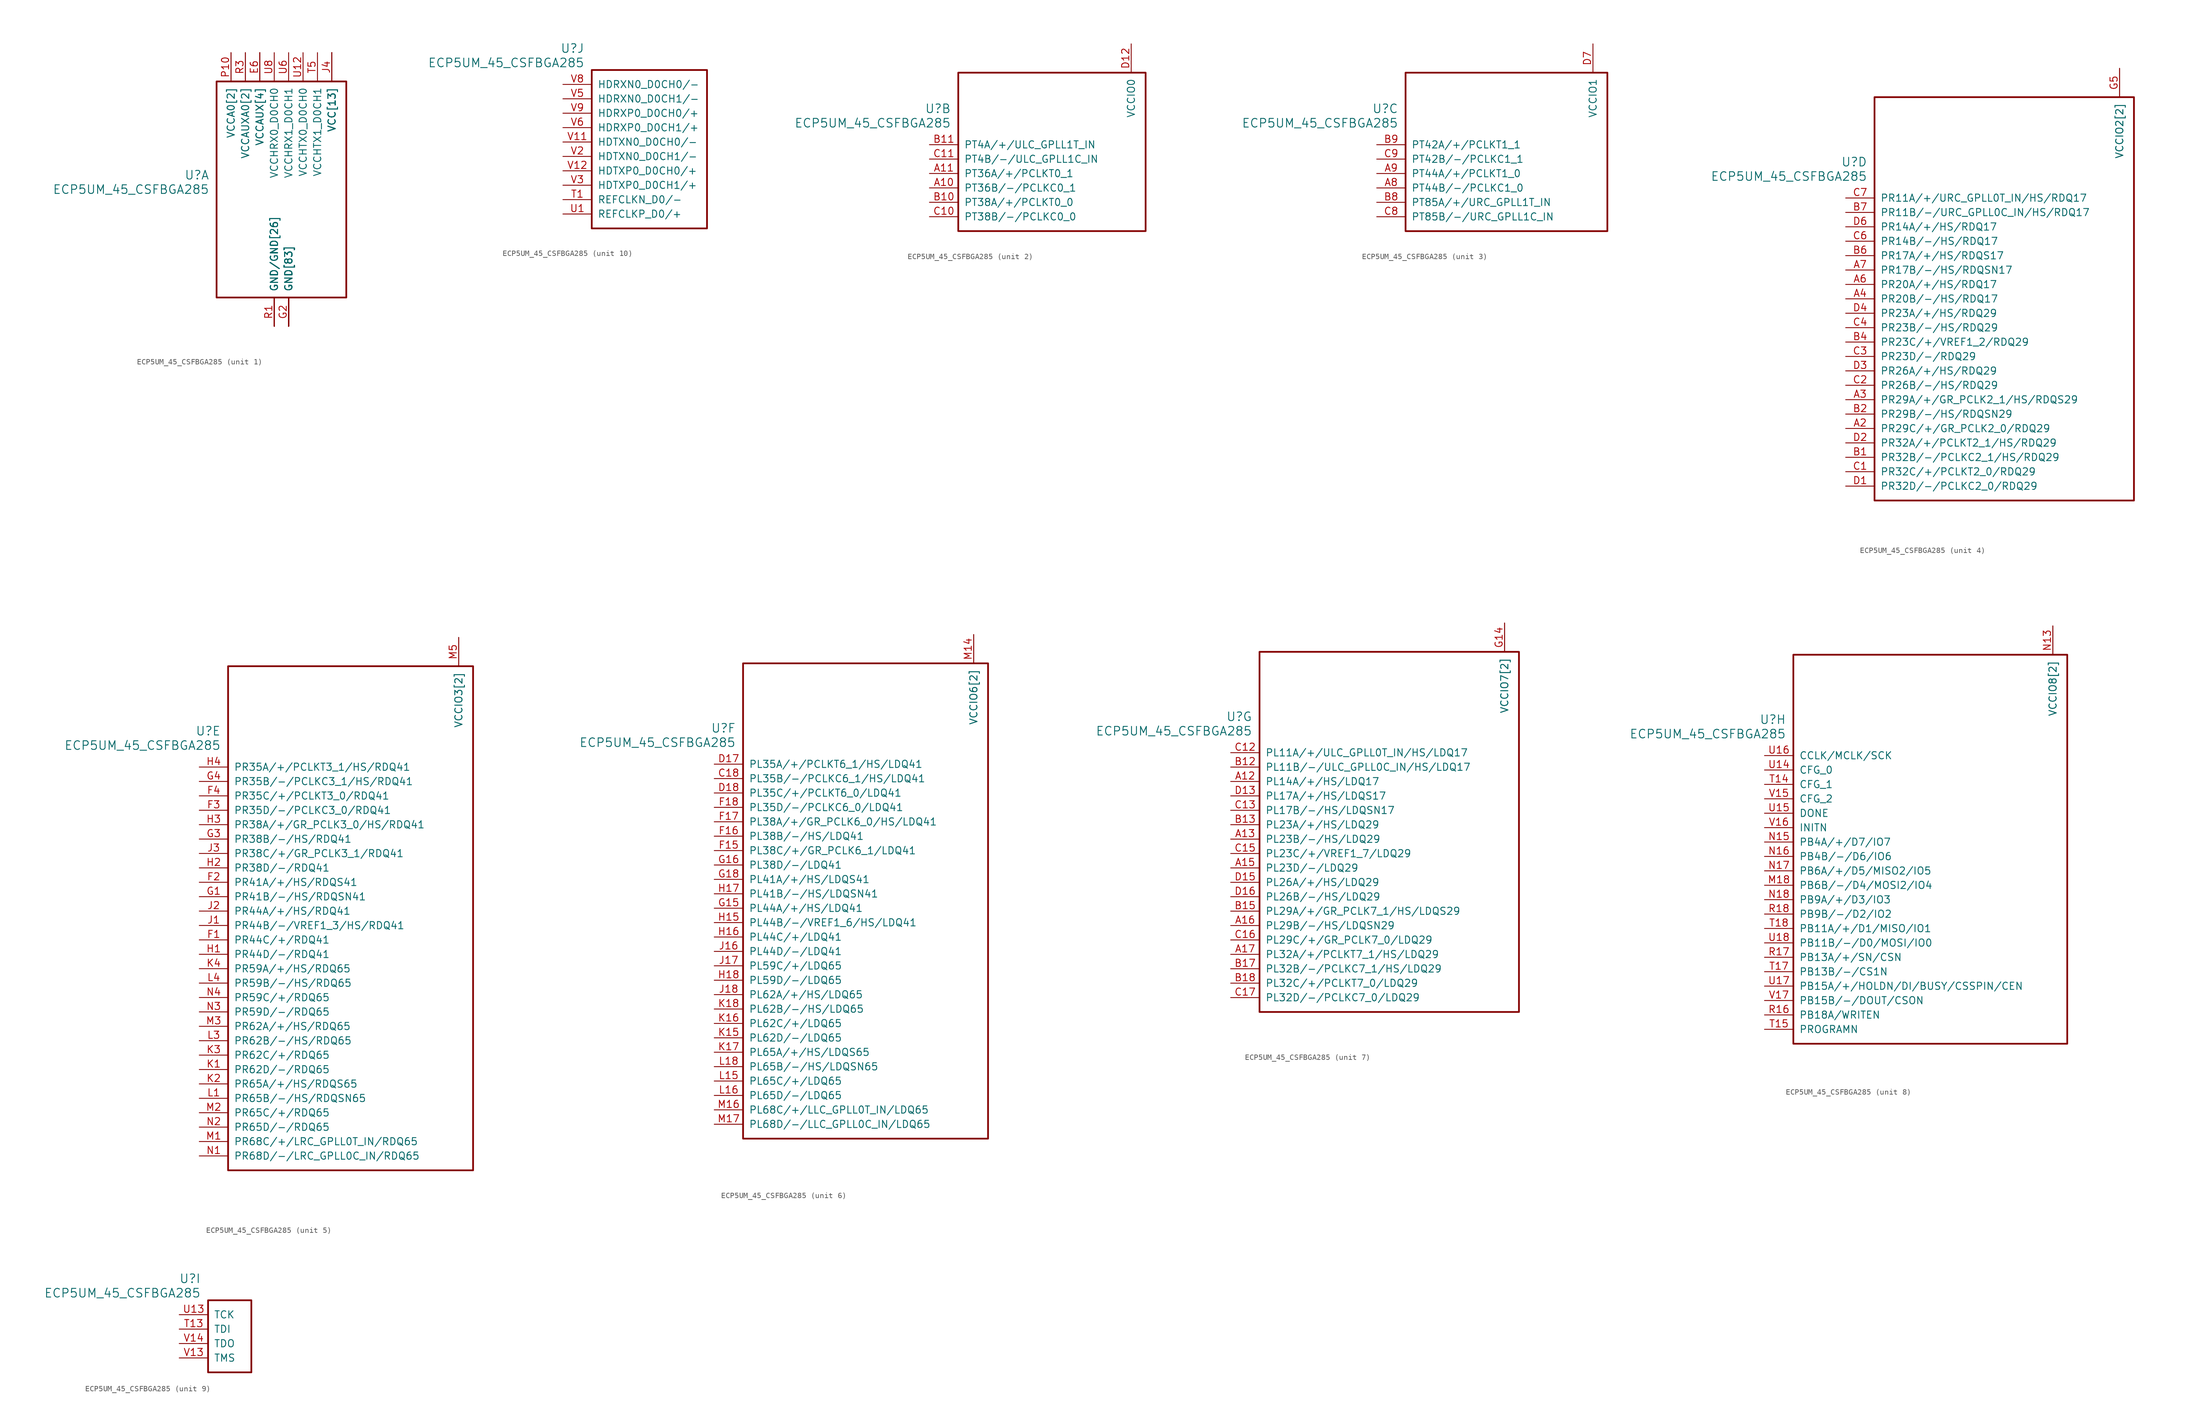
<source format=kicad_sym>
(kicad_symbol_lib
  (version 20211014)
  (generator kicad_symbol_editor)
  (symbol "ECP5UM_45_CSFBGA285"
    (pin_names
      (offset 1.016))
    (property "Reference" "U"
      (at 3.81 6.35 0)
      (effects (font (size 1.524 1.524)) (justify right)))
    (property "Value" "ECP5UM_45_CSFBGA285"
      (at 3.81 3.81 0)
      (effects (font (size 1.524 1.524)) (justify right)))
    (property "ki_locked" ""
      (at 0 0 0)
      (effects (font (size 1.27 1.27))))
    (symbol "ECP5UM_45_CSFBGA285_1_1"
      (rectangle (start 5.08 22.86) (end 27.94 -15.24) (stroke (width 0.305) (type default) (color 0 0 0 0)) (fill (type none)))
      (pin power_in line (at 17.78 -20.32 90) (length 5.08) (name "GND[83]" (effects (font (size 1.27 1.27)))) (number "B16" (effects (font (size 0 0)))))
      (pin power_in line (at 17.78 -20.32 90) (length 5.08) (name "GND[83]" (effects (font (size 1.27 1.27)))) (number "B3" (effects (font (size 0 0)))))
      (pin power_in line (at 25.4 27.94 270) (length 5.08) (name "VCC[13]" (effects (font (size 1.27 1.27)))) (number "D10" (effects (font (size 0 0)))))
      (pin power_in line (at 25.4 27.94 270) (length 5.08) (name "VCC[13]" (effects (font (size 1.27 1.27)))) (number "D11" (effects (font (size 0 0)))))
      (pin power_in line (at 25.4 27.94 270) (length 5.08) (name "VCC[13]" (effects (font (size 1.27 1.27)))) (number "D8" (effects (font (size 0 0)))))
      (pin power_in line (at 25.4 27.94 270) (length 5.08) (name "VCC[13]" (effects (font (size 1.27 1.27)))) (number "D9" (effects (font (size 0 0)))))
      (pin power_in line (at 17.78 -20.32 90) (length 5.08) (name "GND[83]" (effects (font (size 1.27 1.27)))) (number "E10" (effects (font (size 0 0)))))
      (pin power_in line (at 17.78 -20.32 90) (length 5.08) (name "GND[83]" (effects (font (size 1.27 1.27)))) (number "E11" (effects (font (size 0 0)))))
      (pin power_in line (at 17.78 -20.32 90) (length 5.08) (name "GND[83]" (effects (font (size 1.27 1.27)))) (number "E12" (effects (font (size 0 0)))))
      (pin power_in line (at 12.7 27.94 270) (length 5.08) (name "VCCAUX[4]" (effects (font (size 1.27 1.27)))) (number "E13" (effects (font (size 0 0)))))
      (pin power_in line (at 17.78 -20.32 90) (length 5.08) (name "GND[83]" (effects (font (size 1.27 1.27)))) (number "E14" (effects (font (size 0 0)))))
      (pin power_in line (at 17.78 -20.32 90) (length 5.08) (name "GND[83]" (effects (font (size 1.27 1.27)))) (number "E5" (effects (font (size 0 0)))))
      (pin power_in line (at 12.7 27.94 270) (length 5.08) (name "VCCAUX[4]" (effects (font (size 1.27 1.27)))) (number "E6" (effects (font (size 1.27 1.27)))))
      (pin power_in line (at 17.78 -20.32 90) (length 5.08) (name "GND[83]" (effects (font (size 1.27 1.27)))) (number "E7" (effects (font (size 0 0)))))
      (pin power_in line (at 17.78 -20.32 90) (length 5.08) (name "GND[83]" (effects (font (size 1.27 1.27)))) (number "E8" (effects (font (size 0 0)))))
      (pin power_in line (at 17.78 -20.32 90) (length 5.08) (name "GND[83]" (effects (font (size 1.27 1.27)))) (number "E9" (effects (font (size 0 0)))))
      (pin power_in line (at 17.78 -20.32 90) (length 5.08) (name "GND[83]" (effects (font (size 1.27 1.27)))) (number "F10" (effects (font (size 0 0)))))
      (pin power_in line (at 17.78 -20.32 90) (length 5.08) (name "GND[83]" (effects (font (size 1.27 1.27)))) (number "F11" (effects (font (size 0 0)))))
      (pin power_in line (at 17.78 -20.32 90) (length 5.08) (name "GND[83]" (effects (font (size 1.27 1.27)))) (number "F12" (effects (font (size 0 0)))))
      (pin power_in line (at 17.78 -20.32 90) (length 5.08) (name "GND[83]" (effects (font (size 1.27 1.27)))) (number "F13" (effects (font (size 0 0)))))
      (pin power_in line (at 17.78 -20.32 90) (length 5.08) (name "GND[83]" (effects (font (size 1.27 1.27)))) (number "F14" (effects (font (size 0 0)))))
      (pin power_in line (at 17.78 -20.32 90) (length 5.08) (name "GND[83]" (effects (font (size 1.27 1.27)))) (number "F5" (effects (font (size 0 0)))))
      (pin power_in line (at 17.78 -20.32 90) (length 5.08) (name "GND[83]" (effects (font (size 1.27 1.27)))) (number "F6" (effects (font (size 0 0)))))
      (pin power_in line (at 17.78 -20.32 90) (length 5.08) (name "GND[83]" (effects (font (size 1.27 1.27)))) (number "F7" (effects (font (size 0 0)))))
      (pin power_in line (at 17.78 -20.32 90) (length 5.08) (name "GND[83]" (effects (font (size 1.27 1.27)))) (number "F8" (effects (font (size 0 0)))))
      (pin power_in line (at 17.78 -20.32 90) (length 5.08) (name "GND[83]" (effects (font (size 1.27 1.27)))) (number "F9" (effects (font (size 0 0)))))
      (pin power_in line (at 17.78 -20.32 90) (length 5.08) (name "GND[83]" (effects (font (size 1.27 1.27)))) (number "G10" (effects (font (size 0 0)))))
      (pin power_in line (at 17.78 -20.32 90) (length 5.08) (name "GND[83]" (effects (font (size 1.27 1.27)))) (number "G11" (effects (font (size 0 0)))))
      (pin power_in line (at 17.78 -20.32 90) (length 5.08) (name "GND[83]" (effects (font (size 1.27 1.27)))) (number "G12" (effects (font (size 0 0)))))
      (pin power_in line (at 17.78 -20.32 90) (length 5.08) (name "GND[83]" (effects (font (size 1.27 1.27)))) (number "G13" (effects (font (size 0 0)))))
      (pin power_in line (at 17.78 -20.32 90) (length 5.08) (name "GND[83]" (effects (font (size 1.27 1.27)))) (number "G17" (effects (font (size 0 0)))))
      (pin power_in line (at 17.78 -20.32 90) (length 5.08) (name "GND[83]" (effects (font (size 1.27 1.27)))) (number "G2" (effects (font (size 1.27 1.27)))))
      (pin power_in line (at 17.78 -20.32 90) (length 5.08) (name "GND[83]" (effects (font (size 1.27 1.27)))) (number "G6" (effects (font (size 0 0)))))
      (pin power_in line (at 17.78 -20.32 90) (length 5.08) (name "GND[83]" (effects (font (size 1.27 1.27)))) (number "G7" (effects (font (size 0 0)))))
      (pin power_in line (at 17.78 -20.32 90) (length 5.08) (name "GND[83]" (effects (font (size 1.27 1.27)))) (number "G8" (effects (font (size 0 0)))))
      (pin power_in line (at 17.78 -20.32 90) (length 5.08) (name "GND[83]" (effects (font (size 1.27 1.27)))) (number "G9" (effects (font (size 0 0)))))
      (pin power_in line (at 17.78 -20.32 90) (length 5.08) (name "GND[83]" (effects (font (size 1.27 1.27)))) (number "H10" (effects (font (size 0 0)))))
      (pin power_in line (at 17.78 -20.32 90) (length 5.08) (name "GND[83]" (effects (font (size 1.27 1.27)))) (number "H11" (effects (font (size 0 0)))))
      (pin power_in line (at 17.78 -20.32 90) (length 5.08) (name "GND[83]" (effects (font (size 1.27 1.27)))) (number "H12" (effects (font (size 0 0)))))
      (pin power_in line (at 17.78 -20.32 90) (length 5.08) (name "GND[83]" (effects (font (size 1.27 1.27)))) (number "H13" (effects (font (size 0 0)))))
      (pin power_in line (at 17.78 -20.32 90) (length 5.08) (name "GND[83]" (effects (font (size 1.27 1.27)))) (number "H6" (effects (font (size 0 0)))))
      (pin power_in line (at 17.78 -20.32 90) (length 5.08) (name "GND[83]" (effects (font (size 1.27 1.27)))) (number "H7" (effects (font (size 0 0)))))
      (pin power_in line (at 17.78 -20.32 90) (length 5.08) (name "GND[83]" (effects (font (size 1.27 1.27)))) (number "H8" (effects (font (size 0 0)))))
      (pin power_in line (at 17.78 -20.32 90) (length 5.08) (name "GND[83]" (effects (font (size 1.27 1.27)))) (number "H9" (effects (font (size 0 0)))))
      (pin power_in line (at 17.78 -20.32 90) (length 5.08) (name "GND[83]" (effects (font (size 1.27 1.27)))) (number "J10" (effects (font (size 0 0)))))
      (pin power_in line (at 17.78 -20.32 90) (length 5.08) (name "GND[83]" (effects (font (size 1.27 1.27)))) (number "J11" (effects (font (size 0 0)))))
      (pin power_in line (at 17.78 -20.32 90) (length 5.08) (name "GND[83]" (effects (font (size 1.27 1.27)))) (number "J12" (effects (font (size 0 0)))))
      (pin power_in line (at 17.78 -20.32 90) (length 5.08) (name "GND[83]" (effects (font (size 1.27 1.27)))) (number "J13" (effects (font (size 0 0)))))
      (pin power_in line (at 25.4 27.94 270) (length 5.08) (name "VCC[13]" (effects (font (size 1.27 1.27)))) (number "J14" (effects (font (size 0 0)))))
      (pin power_in line (at 25.4 27.94 270) (length 5.08) (name "VCC[13]" (effects (font (size 1.27 1.27)))) (number "J15" (effects (font (size 0 0)))))
      (pin power_in line (at 25.4 27.94 270) (length 5.08) (name "VCC[13]" (effects (font (size 1.27 1.27)))) (number "J4" (effects (font (size 1.27 1.27)))))
      (pin power_in line (at 25.4 27.94 270) (length 5.08) (name "VCC[13]" (effects (font (size 1.27 1.27)))) (number "J5" (effects (font (size 0 0)))))
      (pin power_in line (at 17.78 -20.32 90) (length 5.08) (name "GND[83]" (effects (font (size 1.27 1.27)))) (number "J6" (effects (font (size 0 0)))))
      (pin power_in line (at 17.78 -20.32 90) (length 5.08) (name "GND[83]" (effects (font (size 1.27 1.27)))) (number "J7" (effects (font (size 0 0)))))
      (pin power_in line (at 17.78 -20.32 90) (length 5.08) (name "GND[83]" (effects (font (size 1.27 1.27)))) (number "J8" (effects (font (size 0 0)))))
      (pin power_in line (at 17.78 -20.32 90) (length 5.08) (name "GND[83]" (effects (font (size 1.27 1.27)))) (number "J9" (effects (font (size 0 0)))))
      (pin power_in line (at 17.78 -20.32 90) (length 5.08) (name "GND[83]" (effects (font (size 1.27 1.27)))) (number "K10" (effects (font (size 0 0)))))
      (pin power_in line (at 17.78 -20.32 90) (length 5.08) (name "GND[83]" (effects (font (size 1.27 1.27)))) (number "K11" (effects (font (size 0 0)))))
      (pin power_in line (at 17.78 -20.32 90) (length 5.08) (name "GND[83]" (effects (font (size 1.27 1.27)))) (number "K12" (effects (font (size 0 0)))))
      (pin power_in line (at 17.78 -20.32 90) (length 5.08) (name "GND[83]" (effects (font (size 1.27 1.27)))) (number "K13" (effects (font (size 0 0)))))
      (pin power_in line (at 17.78 -20.32 90) (length 5.08) (name "GND[83]" (effects (font (size 1.27 1.27)))) (number "K14" (effects (font (size 0 0)))))
      (pin power_in line (at 17.78 -20.32 90) (length 5.08) (name "GND[83]" (effects (font (size 1.27 1.27)))) (number "K5" (effects (font (size 0 0)))))
      (pin power_in line (at 17.78 -20.32 90) (length 5.08) (name "GND[83]" (effects (font (size 1.27 1.27)))) (number "K6" (effects (font (size 0 0)))))
      (pin power_in line (at 17.78 -20.32 90) (length 5.08) (name "GND[83]" (effects (font (size 1.27 1.27)))) (number "K7" (effects (font (size 0 0)))))
      (pin power_in line (at 17.78 -20.32 90) (length 5.08) (name "GND[83]" (effects (font (size 1.27 1.27)))) (number "K8" (effects (font (size 0 0)))))
      (pin power_in line (at 17.78 -20.32 90) (length 5.08) (name "GND[83]" (effects (font (size 1.27 1.27)))) (number "K9" (effects (font (size 0 0)))))
      (pin power_in line (at 17.78 -20.32 90) (length 5.08) (name "GND[83]" (effects (font (size 1.27 1.27)))) (number "L10" (effects (font (size 0 0)))))
      (pin power_in line (at 17.78 -20.32 90) (length 5.08) (name "GND[83]" (effects (font (size 1.27 1.27)))) (number "L11" (effects (font (size 0 0)))))
      (pin power_in line (at 17.78 -20.32 90) (length 5.08) (name "GND[83]" (effects (font (size 1.27 1.27)))) (number "L12" (effects (font (size 0 0)))))
      (pin power_in line (at 17.78 -20.32 90) (length 5.08) (name "GND[83]" (effects (font (size 1.27 1.27)))) (number "L13" (effects (font (size 0 0)))))
      (pin power_in line (at 17.78 -20.32 90) (length 5.08) (name "GND[83]" (effects (font (size 1.27 1.27)))) (number "L14" (effects (font (size 0 0)))))
      (pin power_in line (at 17.78 -20.32 90) (length 5.08) (name "GND[83]" (effects (font (size 1.27 1.27)))) (number "L17" (effects (font (size 0 0)))))
      (pin power_in line (at 17.78 -20.32 90) (length 5.08) (name "GND[83]" (effects (font (size 1.27 1.27)))) (number "L2" (effects (font (size 0 0)))))
      (pin power_in line (at 17.78 -20.32 90) (length 5.08) (name "GND[83]" (effects (font (size 1.27 1.27)))) (number "L5" (effects (font (size 0 0)))))
      (pin power_in line (at 17.78 -20.32 90) (length 5.08) (name "GND[83]" (effects (font (size 1.27 1.27)))) (number "L6" (effects (font (size 0 0)))))
      (pin power_in line (at 17.78 -20.32 90) (length 5.08) (name "GND[83]" (effects (font (size 1.27 1.27)))) (number "L7" (effects (font (size 0 0)))))
      (pin power_in line (at 17.78 -20.32 90) (length 5.08) (name "GND[83]" (effects (font (size 1.27 1.27)))) (number "L8" (effects (font (size 0 0)))))
      (pin power_in line (at 17.78 -20.32 90) (length 5.08) (name "GND[83]" (effects (font (size 1.27 1.27)))) (number "L9" (effects (font (size 0 0)))))
      (pin power_in line (at 17.78 -20.32 90) (length 5.08) (name "GND[83]" (effects (font (size 1.27 1.27)))) (number "M10" (effects (font (size 0 0)))))
      (pin power_in line (at 17.78 -20.32 90) (length 5.08) (name "GND[83]" (effects (font (size 1.27 1.27)))) (number "M11" (effects (font (size 0 0)))))
      (pin power_in line (at 17.78 -20.32 90) (length 5.08) (name "GND[83]" (effects (font (size 1.27 1.27)))) (number "M12" (effects (font (size 0 0)))))
      (pin power_in line (at 17.78 -20.32 90) (length 5.08) (name "GND[83]" (effects (font (size 1.27 1.27)))) (number "M13" (effects (font (size 0 0)))))
      (pin power_in line (at 25.4 27.94 270) (length 5.08) (name "VCC[13]" (effects (font (size 1.27 1.27)))) (number "M15" (effects (font (size 0 0)))))
      (pin power_in line (at 25.4 27.94 270) (length 5.08) (name "VCC[13]" (effects (font (size 1.27 1.27)))) (number "M4" (effects (font (size 0 0)))))
      (pin power_in line (at 17.78 -20.32 90) (length 5.08) (name "GND[83]" (effects (font (size 1.27 1.27)))) (number "M6" (effects (font (size 0 0)))))
      (pin power_in line (at 17.78 -20.32 90) (length 5.08) (name "GND[83]" (effects (font (size 1.27 1.27)))) (number "M7" (effects (font (size 0 0)))))
      (pin power_in line (at 17.78 -20.32 90) (length 5.08) (name "GND[83]" (effects (font (size 1.27 1.27)))) (number "M8" (effects (font (size 0 0)))))
      (pin power_in line (at 17.78 -20.32 90) (length 5.08) (name "GND[83]" (effects (font (size 1.27 1.27)))) (number "M9" (effects (font (size 0 0)))))
      (pin power_in line (at 17.78 -20.32 90) (length 5.08) (name "GND[83]" (effects (font (size 1.27 1.27)))) (number "N10" (effects (font (size 0 0)))))
      (pin power_in line (at 17.78 -20.32 90) (length 5.08) (name "GND[83]" (effects (font (size 1.27 1.27)))) (number "N11" (effects (font (size 0 0)))))
      (pin power_in line (at 17.78 -20.32 90) (length 5.08) (name "GND[83]" (effects (font (size 1.27 1.27)))) (number "N12" (effects (font (size 0 0)))))
      (pin power_in line (at 12.7 27.94 270) (length 5.08) (name "VCCAUX[4]" (effects (font (size 1.27 1.27)))) (number "N6" (effects (font (size 0 0)))))
      (pin power_in line (at 17.78 -20.32 90) (length 5.08) (name "GND[83]" (effects (font (size 1.27 1.27)))) (number "N7" (effects (font (size 0 0)))))
      (pin power_in line (at 17.78 -20.32 90) (length 5.08) (name "GND[83]" (effects (font (size 1.27 1.27)))) (number "N8" (effects (font (size 0 0)))))
      (pin power_in line (at 17.78 -20.32 90) (length 5.08) (name "GND[83]" (effects (font (size 1.27 1.27)))) (number "N9" (effects (font (size 0 0)))))
      (pin power_in line (at 7.62 27.94 270) (length 5.08) (name "VCCA0[2]" (effects (font (size 1.27 1.27)))) (number "P10" (effects (font (size 1.27 1.27)))))
      (pin power_in line (at 25.4 27.94 270) (length 5.08) (name "VCC[13]" (effects (font (size 1.27 1.27)))) (number "P11" (effects (font (size 0 0)))))
      (pin power_in line (at 15.24 -20.32 90) (length 5.08) (name "GND/GND[26]" (effects (font (size 1.27 1.27)))) (number "P12" (effects (font (size 0 0)))))
      (pin power_in line (at 12.7 27.94 270) (length 5.08) (name "VCCAUX[4]" (effects (font (size 1.27 1.27)))) (number "P13" (effects (font (size 0 0)))))
      (pin power_in line (at 10.16 27.94 270) (length 5.08) (name "VCCAUXA0[2]" (effects (font (size 1.27 1.27)))) (number "P5" (effects (font (size 0 0)))))
      (pin power_in line (at 15.24 -20.32 90) (length 5.08) (name "GND/GND[26]" (effects (font (size 1.27 1.27)))) (number "P6" (effects (font (size 0 0)))))
      (pin power_in line (at 25.4 27.94 270) (length 5.08) (name "VCC[13]" (effects (font (size 1.27 1.27)))) (number "P7" (effects (font (size 0 0)))))
      (pin power_in line (at 15.24 -20.32 90) (length 5.08) (name "GND/GND[26]" (effects (font (size 1.27 1.27)))) (number "P8" (effects (font (size 0 0)))))
      (pin power_in line (at 25.4 27.94 270) (length 5.08) (name "VCC[13]" (effects (font (size 1.27 1.27)))) (number "P9" (effects (font (size 0 0)))))
      (pin power_in line (at 15.24 -20.32 90) (length 5.08) (name "GND/GND[26]" (effects (font (size 1.27 1.27)))) (number "R1" (effects (font (size 1.27 1.27)))))
      (pin power_in line (at 7.62 27.94 270) (length 5.08) (name "VCCA0[2]" (effects (font (size 1.27 1.27)))) (number "R10" (effects (font (size 0 0)))))
      (pin power_in line (at 15.24 -20.32 90) (length 5.08) (name "GND/GND[26]" (effects (font (size 1.27 1.27)))) (number "R2" (effects (font (size 0 0)))))
      (pin power_in line (at 10.16 27.94 270) (length 5.08) (name "VCCAUXA0[2]" (effects (font (size 1.27 1.27)))) (number "R3" (effects (font (size 1.27 1.27)))))
      (pin power_in line (at 15.24 -20.32 90) (length 5.08) (name "GND/GND[26]" (effects (font (size 1.27 1.27)))) (number "T10" (effects (font (size 0 0)))))
      (pin power_in line (at 15.24 -20.32 90) (length 5.08) (name "GND/GND[26]" (effects (font (size 1.27 1.27)))) (number "T11" (effects (font (size 0 0)))))
      (pin power_in line (at 15.24 -20.32 90) (length 5.08) (name "GND/GND[26]" (effects (font (size 1.27 1.27)))) (number "T12" (effects (font (size 0 0)))))
      (pin power_in line (at 17.78 -20.32 90) (length 5.08) (name "GND[83]" (effects (font (size 1.27 1.27)))) (number "T16" (effects (font (size 0 0)))))
      (pin power_in line (at 15.24 -20.32 90) (length 5.08) (name "GND/GND[26]" (effects (font (size 1.27 1.27)))) (number "T2" (effects (font (size 0 0)))))
      (pin power_in line (at 15.24 -20.32 90) (length 5.08) (name "GND/GND[26]" (effects (font (size 1.27 1.27)))) (number "T3" (effects (font (size 0 0)))))
      (pin power_in line (at 15.24 -20.32 90) (length 5.08) (name "GND/GND[26]" (effects (font (size 1.27 1.27)))) (number "T4" (effects (font (size 0 0)))))
      (pin power_in line (at 22.86 27.94 270) (length 5.08) (name "VCCHTX1_D0CH1" (effects (font (size 1.27 1.27)))) (number "T5" (effects (font (size 1.27 1.27)))))
      (pin power_in line (at 15.24 -20.32 90) (length 5.08) (name "GND/GND[26]" (effects (font (size 1.27 1.27)))) (number "T6" (effects (font (size 0 0)))))
      (pin power_in line (at 15.24 -20.32 90) (length 5.08) (name "GND/GND[26]" (effects (font (size 1.27 1.27)))) (number "T7" (effects (font (size 0 0)))))
      (pin power_in line (at 15.24 -20.32 90) (length 5.08) (name "GND/GND[26]" (effects (font (size 1.27 1.27)))) (number "T8" (effects (font (size 0 0)))))
      (pin power_in line (at 15.24 -20.32 90) (length 5.08) (name "GND/GND[26]" (effects (font (size 1.27 1.27)))) (number "T9" (effects (font (size 0 0)))))
      (pin power_in line (at 15.24 -20.32 90) (length 5.08) (name "GND/GND[26]" (effects (font (size 1.27 1.27)))) (number "U10" (effects (font (size 0 0)))))
      (pin power_in line (at 15.24 -20.32 90) (length 5.08) (name "GND/GND[26]" (effects (font (size 1.27 1.27)))) (number "U11" (effects (font (size 0 0)))))
      (pin power_in line (at 20.32 27.94 270) (length 5.08) (name "VCCHTX0_D0CH0" (effects (font (size 1.27 1.27)))) (number "U12" (effects (font (size 1.27 1.27)))))
      (pin power_in line (at 15.24 -20.32 90) (length 5.08) (name "GND/GND[26]" (effects (font (size 1.27 1.27)))) (number "U2" (effects (font (size 0 0)))))
      (pin power_in line (at 15.24 -20.32 90) (length 5.08) (name "GND/GND[26]" (effects (font (size 1.27 1.27)))) (number "U3" (effects (font (size 0 0)))))
      (pin power_in line (at 15.24 -20.32 90) (length 5.08) (name "GND/GND[26]" (effects (font (size 1.27 1.27)))) (number "U4" (effects (font (size 0 0)))))
      (pin power_in line (at 15.24 -20.32 90) (length 5.08) (name "GND/GND[26]" (effects (font (size 1.27 1.27)))) (number "U5" (effects (font (size 0 0)))))
      (pin power_in line (at 17.78 27.94 270) (length 5.08) (name "VCCHRX1_D0CH1" (effects (font (size 1.27 1.27)))) (number "U6" (effects (font (size 1.27 1.27)))))
      (pin power_in line (at 15.24 -20.32 90) (length 5.08) (name "GND/GND[26]" (effects (font (size 1.27 1.27)))) (number "U7" (effects (font (size 0 0)))))
      (pin power_in line (at 15.24 27.94 270) (length 5.08) (name "VCCHRX0_D0CH0" (effects (font (size 1.27 1.27)))) (number "U8" (effects (font (size 1.27 1.27)))))
      (pin power_in line (at 15.24 -20.32 90) (length 5.08) (name "GND/GND[26]" (effects (font (size 1.27 1.27)))) (number "U9" (effects (font (size 0 0)))))
      (pin power_in line (at 15.24 -20.32 90) (length 5.08) (name "GND/GND[26]" (effects (font (size 1.27 1.27)))) (number "V10" (effects (font (size 0 0)))))
      (pin power_in line (at 15.24 -20.32 90) (length 5.08) (name "GND/GND[26]" (effects (font (size 1.27 1.27)))) (number "V4" (effects (font (size 0 0)))))
      (pin power_in line (at 15.24 -20.32 90) (length 5.08) (name "GND/GND[26]" (effects (font (size 1.27 1.27)))) (number "V7" (effects (font (size 0 0))))))
    (symbol "ECP5UM_45_CSFBGA285_2_1"
      (rectangle (start 5.08 12.7) (end 38.1 -15.24) (stroke (width 0.305) (type default) (color 0 0 0 0)) (fill (type none)))
      (pin bidirectional line (at 0 -7.62 0) (length 5.08) (name "PT36B/-/PCLKC0_1" (effects (font (size 1.27 1.27)))) (number "A10" (effects (font (size 1.27 1.27)))))
      (pin bidirectional line (at 0 -5.08 0) (length 5.08) (name "PT36A/+/PCLKT0_1" (effects (font (size 1.27 1.27)))) (number "A11" (effects (font (size 1.27 1.27)))))
      (pin bidirectional line (at 0 -10.16 0) (length 5.08) (name "PT38A/+/PCLKT0_0" (effects (font (size 1.27 1.27)))) (number "B10" (effects (font (size 1.27 1.27)))))
      (pin bidirectional line (at 0 0 0) (length 5.08) (name "PT4A/+/ULC_GPLL1T_IN" (effects (font (size 1.27 1.27)))) (number "B11" (effects (font (size 1.27 1.27)))))
      (pin bidirectional line (at 0 -12.7 0) (length 5.08) (name "PT38B/-/PCLKC0_0" (effects (font (size 1.27 1.27)))) (number "C10" (effects (font (size 1.27 1.27)))))
      (pin bidirectional line (at 0 -2.54 0) (length 5.08) (name "PT4B/-/ULC_GPLL1C_IN" (effects (font (size 1.27 1.27)))) (number "C11" (effects (font (size 1.27 1.27)))))
      (pin power_in line (at 35.56 17.78 270) (length 5.08) (name "VCCIO0" (effects (font (size 1.27 1.27)))) (number "D12" (effects (font (size 1.27 1.27))))))
    (symbol "ECP5UM_45_CSFBGA285_3_1"
      (rectangle (start 5.08 12.7) (end 40.64 -15.24) (stroke (width 0.305) (type default) (color 0 0 0 0)) (fill (type none)))
      (pin bidirectional line (at 0 -7.62 0) (length 5.08) (name "PT44B/-/PCLKC1_0" (effects (font (size 1.27 1.27)))) (number "A8" (effects (font (size 1.27 1.27)))))
      (pin bidirectional line (at 0 -5.08 0) (length 5.08) (name "PT44A/+/PCLKT1_0" (effects (font (size 1.27 1.27)))) (number "A9" (effects (font (size 1.27 1.27)))))
      (pin bidirectional line (at 0 -10.16 0) (length 5.08) (name "PT85A/+/URC_GPLL1T_IN" (effects (font (size 1.27 1.27)))) (number "B8" (effects (font (size 1.27 1.27)))))
      (pin bidirectional line (at 0 0 0) (length 5.08) (name "PT42A/+/PCLKT1_1" (effects (font (size 1.27 1.27)))) (number "B9" (effects (font (size 1.27 1.27)))))
      (pin bidirectional line (at 0 -12.7 0) (length 5.08) (name "PT85B/-/URC_GPLL1C_IN" (effects (font (size 1.27 1.27)))) (number "C8" (effects (font (size 1.27 1.27)))))
      (pin bidirectional line (at 0 -2.54 0) (length 5.08) (name "PT42B/-/PCLKC1_1" (effects (font (size 1.27 1.27)))) (number "C9" (effects (font (size 1.27 1.27)))))
      (pin power_in line (at 38.1 17.78 270) (length 5.08) (name "VCCIO1" (effects (font (size 1.27 1.27)))) (number "D7" (effects (font (size 1.27 1.27))))))
    (symbol "ECP5UM_45_CSFBGA285_4_1"
      (rectangle (start 5.08 17.78) (end 50.8 -53.34) (stroke (width 0.305) (type default) (color 0 0 0 0)) (fill (type none)))
      (pin bidirectional line (at 0 -40.64 0) (length 5.08) (name "PR29C/+/GR_PCLK2_0/RDQ29" (effects (font (size 1.27 1.27)))) (number "A2" (effects (font (size 1.27 1.27)))))
      (pin bidirectional line (at 0 -35.56 0) (length 5.08) (name "PR29A/+/GR_PCLK2_1/HS/RDQS29" (effects (font (size 1.27 1.27)))) (number "A3" (effects (font (size 1.27 1.27)))))
      (pin bidirectional line (at 0 -17.78 0) (length 5.08) (name "PR20B/-/HS/RDQ17" (effects (font (size 1.27 1.27)))) (number "A4" (effects (font (size 1.27 1.27)))))
      (pin bidirectional line (at 0 -15.24 0) (length 5.08) (name "PR20A/+/HS/RDQ17" (effects (font (size 1.27 1.27)))) (number "A6" (effects (font (size 1.27 1.27)))))
      (pin bidirectional line (at 0 -12.7 0) (length 5.08) (name "PR17B/-/HS/RDQSN17" (effects (font (size 1.27 1.27)))) (number "A7" (effects (font (size 1.27 1.27)))))
      (pin bidirectional line (at 0 -45.72 0) (length 5.08) (name "PR32B/-/PCLKC2_1/HS/RDQ29" (effects (font (size 1.27 1.27)))) (number "B1" (effects (font (size 1.27 1.27)))))
      (pin bidirectional line (at 0 -38.1 0) (length 5.08) (name "PR29B/-/HS/RDQSN29" (effects (font (size 1.27 1.27)))) (number "B2" (effects (font (size 1.27 1.27)))))
      (pin bidirectional line (at 0 -25.4 0) (length 5.08) (name "PR23C/+/VREF1_2/RDQ29" (effects (font (size 1.27 1.27)))) (number "B4" (effects (font (size 1.27 1.27)))))
      (pin bidirectional line (at 0 -10.16 0) (length 5.08) (name "PR17A/+/HS/RDQS17" (effects (font (size 1.27 1.27)))) (number "B6" (effects (font (size 1.27 1.27)))))
      (pin bidirectional line (at 0 -2.54 0) (length 5.08) (name "PR11B/-/URC_GPLL0C_IN/HS/RDQ17" (effects (font (size 1.27 1.27)))) (number "B7" (effects (font (size 1.27 1.27)))))
      (pin bidirectional line (at 0 -48.26 0) (length 5.08) (name "PR32C/+/PCLKT2_0/RDQ29" (effects (font (size 1.27 1.27)))) (number "C1" (effects (font (size 1.27 1.27)))))
      (pin bidirectional line (at 0 -33.02 0) (length 5.08) (name "PR26B/-/HS/RDQ29" (effects (font (size 1.27 1.27)))) (number "C2" (effects (font (size 1.27 1.27)))))
      (pin bidirectional line (at 0 -27.94 0) (length 5.08) (name "PR23D/-/RDQ29" (effects (font (size 1.27 1.27)))) (number "C3" (effects (font (size 1.27 1.27)))))
      (pin bidirectional line (at 0 -22.86 0) (length 5.08) (name "PR23B/-/HS/RDQ29" (effects (font (size 1.27 1.27)))) (number "C4" (effects (font (size 1.27 1.27)))))
      (pin bidirectional line (at 0 -7.62 0) (length 5.08) (name "PR14B/-/HS/RDQ17" (effects (font (size 1.27 1.27)))) (number "C6" (effects (font (size 1.27 1.27)))))
      (pin bidirectional line (at 0 0 0) (length 5.08) (name "PR11A/+/URC_GPLL0T_IN/HS/RDQ17" (effects (font (size 1.27 1.27)))) (number "C7" (effects (font (size 1.27 1.27)))))
      (pin bidirectional line (at 0 -50.8 0) (length 5.08) (name "PR32D/-/PCLKC2_0/RDQ29" (effects (font (size 1.27 1.27)))) (number "D1" (effects (font (size 1.27 1.27)))))
      (pin bidirectional line (at 0 -43.18 0) (length 5.08) (name "PR32A/+/PCLKT2_1/HS/RDQ29" (effects (font (size 1.27 1.27)))) (number "D2" (effects (font (size 1.27 1.27)))))
      (pin bidirectional line (at 0 -30.48 0) (length 5.08) (name "PR26A/+/HS/RDQ29" (effects (font (size 1.27 1.27)))) (number "D3" (effects (font (size 1.27 1.27)))))
      (pin bidirectional line (at 0 -20.32 0) (length 5.08) (name "PR23A/+/HS/RDQ29" (effects (font (size 1.27 1.27)))) (number "D4" (effects (font (size 1.27 1.27)))))
      (pin bidirectional line (at 0 -5.08 0) (length 5.08) (name "PR14A/+/HS/RDQ17" (effects (font (size 1.27 1.27)))) (number "D6" (effects (font (size 1.27 1.27)))))
      (pin power_in line (at 48.26 22.86 270) (length 5.08) (name "VCCIO2[2]" (effects (font (size 1.27 1.27)))) (number "G5" (effects (font (size 1.27 1.27)))))
      (pin power_in line (at 48.26 22.86 270) (length 5.08) (name "VCCIO2[2]" (effects (font (size 1.27 1.27)))) (number "H5" (effects (font (size 0 0))))))
    (symbol "ECP5UM_45_CSFBGA285_5_1"
      (rectangle (start 5.08 17.78) (end 48.26 -71.12) (stroke (width 0.305) (type default) (color 0 0 0 0)) (fill (type none)))
      (pin bidirectional line (at 0 -30.48 0) (length 5.08) (name "PR44C/+/RDQ41" (effects (font (size 1.27 1.27)))) (number "F1" (effects (font (size 1.27 1.27)))))
      (pin bidirectional line (at 0 -20.32 0) (length 5.08) (name "PR41A/+/HS/RDQS41" (effects (font (size 1.27 1.27)))) (number "F2" (effects (font (size 1.27 1.27)))))
      (pin bidirectional line (at 0 -7.62 0) (length 5.08) (name "PR35D/-/PCLKC3_0/RDQ41" (effects (font (size 1.27 1.27)))) (number "F3" (effects (font (size 1.27 1.27)))))
      (pin bidirectional line (at 0 -5.08 0) (length 5.08) (name "PR35C/+/PCLKT3_0/RDQ41" (effects (font (size 1.27 1.27)))) (number "F4" (effects (font (size 1.27 1.27)))))
      (pin bidirectional line (at 0 -22.86 0) (length 5.08) (name "PR41B/-/HS/RDQSN41" (effects (font (size 1.27 1.27)))) (number "G1" (effects (font (size 1.27 1.27)))))
      (pin bidirectional line (at 0 -12.7 0) (length 5.08) (name "PR38B/-/HS/RDQ41" (effects (font (size 1.27 1.27)))) (number "G3" (effects (font (size 1.27 1.27)))))
      (pin bidirectional line (at 0 -2.54 0) (length 5.08) (name "PR35B/-/PCLKC3_1/HS/RDQ41" (effects (font (size 1.27 1.27)))) (number "G4" (effects (font (size 1.27 1.27)))))
      (pin bidirectional line (at 0 -33.02 0) (length 5.08) (name "PR44D/-/RDQ41" (effects (font (size 1.27 1.27)))) (number "H1" (effects (font (size 1.27 1.27)))))
      (pin bidirectional line (at 0 -17.78 0) (length 5.08) (name "PR38D/-/RDQ41" (effects (font (size 1.27 1.27)))) (number "H2" (effects (font (size 1.27 1.27)))))
      (pin bidirectional line (at 0 -10.16 0) (length 5.08) (name "PR38A/+/GR_PCLK3_0/HS/RDQ41" (effects (font (size 1.27 1.27)))) (number "H3" (effects (font (size 1.27 1.27)))))
      (pin bidirectional line (at 0 0 0) (length 5.08) (name "PR35A/+/PCLKT3_1/HS/RDQ41" (effects (font (size 1.27 1.27)))) (number "H4" (effects (font (size 1.27 1.27)))))
      (pin bidirectional line (at 0 -27.94 0) (length 5.08) (name "PR44B/-/VREF1_3/HS/RDQ41" (effects (font (size 1.27 1.27)))) (number "J1" (effects (font (size 1.27 1.27)))))
      (pin bidirectional line (at 0 -25.4 0) (length 5.08) (name "PR44A/+/HS/RDQ41" (effects (font (size 1.27 1.27)))) (number "J2" (effects (font (size 1.27 1.27)))))
      (pin bidirectional line (at 0 -15.24 0) (length 5.08) (name "PR38C/+/GR_PCLK3_1/RDQ41" (effects (font (size 1.27 1.27)))) (number "J3" (effects (font (size 1.27 1.27)))))
      (pin bidirectional line (at 0 -53.34 0) (length 5.08) (name "PR62D/-/RDQ65" (effects (font (size 1.27 1.27)))) (number "K1" (effects (font (size 1.27 1.27)))))
      (pin bidirectional line (at 0 -55.88 0) (length 5.08) (name "PR65A/+/HS/RDQS65" (effects (font (size 1.27 1.27)))) (number "K2" (effects (font (size 1.27 1.27)))))
      (pin bidirectional line (at 0 -50.8 0) (length 5.08) (name "PR62C/+/RDQ65" (effects (font (size 1.27 1.27)))) (number "K3" (effects (font (size 1.27 1.27)))))
      (pin bidirectional line (at 0 -35.56 0) (length 5.08) (name "PR59A/+/HS/RDQ65" (effects (font (size 1.27 1.27)))) (number "K4" (effects (font (size 1.27 1.27)))))
      (pin bidirectional line (at 0 -58.42 0) (length 5.08) (name "PR65B/-/HS/RDQSN65" (effects (font (size 1.27 1.27)))) (number "L1" (effects (font (size 1.27 1.27)))))
      (pin bidirectional line (at 0 -48.26 0) (length 5.08) (name "PR62B/-/HS/RDQ65" (effects (font (size 1.27 1.27)))) (number "L3" (effects (font (size 1.27 1.27)))))
      (pin bidirectional line (at 0 -38.1 0) (length 5.08) (name "PR59B/-/HS/RDQ65" (effects (font (size 1.27 1.27)))) (number "L4" (effects (font (size 1.27 1.27)))))
      (pin bidirectional line (at 0 -66.04 0) (length 5.08) (name "PR68C/+/LRC_GPLL0T_IN/RDQ65" (effects (font (size 1.27 1.27)))) (number "M1" (effects (font (size 1.27 1.27)))))
      (pin bidirectional line (at 0 -60.96 0) (length 5.08) (name "PR65C/+/RDQ65" (effects (font (size 1.27 1.27)))) (number "M2" (effects (font (size 1.27 1.27)))))
      (pin bidirectional line (at 0 -45.72 0) (length 5.08) (name "PR62A/+/HS/RDQ65" (effects (font (size 1.27 1.27)))) (number "M3" (effects (font (size 1.27 1.27)))))
      (pin power_in line (at 45.72 22.86 270) (length 5.08) (name "VCCIO3[2]" (effects (font (size 1.27 1.27)))) (number "M5" (effects (font (size 1.27 1.27)))))
      (pin bidirectional line (at 0 -68.58 0) (length 5.08) (name "PR68D/-/LRC_GPLL0C_IN/RDQ65" (effects (font (size 1.27 1.27)))) (number "N1" (effects (font (size 1.27 1.27)))))
      (pin bidirectional line (at 0 -63.5 0) (length 5.08) (name "PR65D/-/RDQ65" (effects (font (size 1.27 1.27)))) (number "N2" (effects (font (size 1.27 1.27)))))
      (pin bidirectional line (at 0 -43.18 0) (length 5.08) (name "PR59D/-/RDQ65" (effects (font (size 1.27 1.27)))) (number "N3" (effects (font (size 1.27 1.27)))))
      (pin bidirectional line (at 0 -40.64 0) (length 5.08) (name "PR59C/+/RDQ65" (effects (font (size 1.27 1.27)))) (number "N4" (effects (font (size 1.27 1.27)))))
      (pin power_in line (at 45.72 22.86 270) (length 5.08) (name "VCCIO3[2]" (effects (font (size 1.27 1.27)))) (number "N5" (effects (font (size 0 0))))))
    (symbol "ECP5UM_45_CSFBGA285_6_1"
      (rectangle (start 5.08 17.78) (end 48.26 -66.04) (stroke (width 0.305) (type default) (color 0 0 0 0)) (fill (type none)))
      (pin bidirectional line (at 0 -2.54 0) (length 5.08) (name "PL35B/-/PCLKC6_1/HS/LDQ41" (effects (font (size 1.27 1.27)))) (number "C18" (effects (font (size 1.27 1.27)))))
      (pin bidirectional line (at 0 0 0) (length 5.08) (name "PL35A/+/PCLKT6_1/HS/LDQ41" (effects (font (size 1.27 1.27)))) (number "D17" (effects (font (size 1.27 1.27)))))
      (pin bidirectional line (at 0 -5.08 0) (length 5.08) (name "PL35C/+/PCLKT6_0/LDQ41" (effects (font (size 1.27 1.27)))) (number "D18" (effects (font (size 1.27 1.27)))))
      (pin bidirectional line (at 0 -15.24 0) (length 5.08) (name "PL38C/+/GR_PCLK6_1/LDQ41" (effects (font (size 1.27 1.27)))) (number "F15" (effects (font (size 1.27 1.27)))))
      (pin bidirectional line (at 0 -12.7 0) (length 5.08) (name "PL38B/-/HS/LDQ41" (effects (font (size 1.27 1.27)))) (number "F16" (effects (font (size 1.27 1.27)))))
      (pin bidirectional line (at 0 -10.16 0) (length 5.08) (name "PL38A/+/GR_PCLK6_0/HS/LDQ41" (effects (font (size 1.27 1.27)))) (number "F17" (effects (font (size 1.27 1.27)))))
      (pin bidirectional line (at 0 -7.62 0) (length 5.08) (name "PL35D/-/PCLKC6_0/LDQ41" (effects (font (size 1.27 1.27)))) (number "F18" (effects (font (size 1.27 1.27)))))
      (pin bidirectional line (at 0 -25.4 0) (length 5.08) (name "PL44A/+/HS/LDQ41" (effects (font (size 1.27 1.27)))) (number "G15" (effects (font (size 1.27 1.27)))))
      (pin bidirectional line (at 0 -17.78 0) (length 5.08) (name "PL38D/-/LDQ41" (effects (font (size 1.27 1.27)))) (number "G16" (effects (font (size 1.27 1.27)))))
      (pin bidirectional line (at 0 -20.32 0) (length 5.08) (name "PL41A/+/HS/LDQS41" (effects (font (size 1.27 1.27)))) (number "G18" (effects (font (size 1.27 1.27)))))
      (pin bidirectional line (at 0 -27.94 0) (length 5.08) (name "PL44B/-/VREF1_6/HS/LDQ41" (effects (font (size 1.27 1.27)))) (number "H15" (effects (font (size 1.27 1.27)))))
      (pin bidirectional line (at 0 -30.48 0) (length 5.08) (name "PL44C/+/LDQ41" (effects (font (size 1.27 1.27)))) (number "H16" (effects (font (size 1.27 1.27)))))
      (pin bidirectional line (at 0 -22.86 0) (length 5.08) (name "PL41B/-/HS/LDQSN41" (effects (font (size 1.27 1.27)))) (number "H17" (effects (font (size 1.27 1.27)))))
      (pin bidirectional line (at 0 -38.1 0) (length 5.08) (name "PL59D/-/LDQ65" (effects (font (size 1.27 1.27)))) (number "H18" (effects (font (size 1.27 1.27)))))
      (pin bidirectional line (at 0 -33.02 0) (length 5.08) (name "PL44D/-/LDQ41" (effects (font (size 1.27 1.27)))) (number "J16" (effects (font (size 1.27 1.27)))))
      (pin bidirectional line (at 0 -35.56 0) (length 5.08) (name "PL59C/+/LDQ65" (effects (font (size 1.27 1.27)))) (number "J17" (effects (font (size 1.27 1.27)))))
      (pin bidirectional line (at 0 -40.64 0) (length 5.08) (name "PL62A/+/HS/LDQ65" (effects (font (size 1.27 1.27)))) (number "J18" (effects (font (size 1.27 1.27)))))
      (pin bidirectional line (at 0 -48.26 0) (length 5.08) (name "PL62D/-/LDQ65" (effects (font (size 1.27 1.27)))) (number "K15" (effects (font (size 1.27 1.27)))))
      (pin bidirectional line (at 0 -45.72 0) (length 5.08) (name "PL62C/+/LDQ65" (effects (font (size 1.27 1.27)))) (number "K16" (effects (font (size 1.27 1.27)))))
      (pin bidirectional line (at 0 -50.8 0) (length 5.08) (name "PL65A/+/HS/LDQS65" (effects (font (size 1.27 1.27)))) (number "K17" (effects (font (size 1.27 1.27)))))
      (pin bidirectional line (at 0 -43.18 0) (length 5.08) (name "PL62B/-/HS/LDQ65" (effects (font (size 1.27 1.27)))) (number "K18" (effects (font (size 1.27 1.27)))))
      (pin bidirectional line (at 0 -55.88 0) (length 5.08) (name "PL65C/+/LDQ65" (effects (font (size 1.27 1.27)))) (number "L15" (effects (font (size 1.27 1.27)))))
      (pin bidirectional line (at 0 -58.42 0) (length 5.08) (name "PL65D/-/LDQ65" (effects (font (size 1.27 1.27)))) (number "L16" (effects (font (size 1.27 1.27)))))
      (pin bidirectional line (at 0 -53.34 0) (length 5.08) (name "PL65B/-/HS/LDQSN65" (effects (font (size 1.27 1.27)))) (number "L18" (effects (font (size 1.27 1.27)))))
      (pin power_in line (at 45.72 22.86 270) (length 5.08) (name "VCCIO6[2]" (effects (font (size 1.27 1.27)))) (number "M14" (effects (font (size 1.27 1.27)))))
      (pin bidirectional line (at 0 -60.96 0) (length 5.08) (name "PL68C/+/LLC_GPLL0T_IN/LDQ65" (effects (font (size 1.27 1.27)))) (number "M16" (effects (font (size 1.27 1.27)))))
      (pin bidirectional line (at 0 -63.5 0) (length 5.08) (name "PL68D/-/LLC_GPLL0C_IN/LDQ65" (effects (font (size 1.27 1.27)))) (number "M17" (effects (font (size 1.27 1.27)))))
      (pin power_in line (at 45.72 22.86 270) (length 5.08) (name "VCCIO6[2]" (effects (font (size 1.27 1.27)))) (number "N14" (effects (font (size 0 0))))))
    (symbol "ECP5UM_45_CSFBGA285_7_1"
      (rectangle (start 5.08 17.78) (end 50.8 -45.72) (stroke (width 0.305) (type default) (color 0 0 0 0)) (fill (type none)))
      (pin bidirectional line (at 0 -5.08 0) (length 5.08) (name "PL14A/+/HS/LDQ17" (effects (font (size 1.27 1.27)))) (number "A12" (effects (font (size 1.27 1.27)))))
      (pin bidirectional line (at 0 -15.24 0) (length 5.08) (name "PL23B/-/HS/LDQ29" (effects (font (size 1.27 1.27)))) (number "A13" (effects (font (size 1.27 1.27)))))
      (pin bidirectional line (at 0 -20.32 0) (length 5.08) (name "PL23D/-/LDQ29" (effects (font (size 1.27 1.27)))) (number "A15" (effects (font (size 1.27 1.27)))))
      (pin bidirectional line (at 0 -30.48 0) (length 5.08) (name "PL29B/-/HS/LDQSN29" (effects (font (size 1.27 1.27)))) (number "A16" (effects (font (size 1.27 1.27)))))
      (pin bidirectional line (at 0 -35.56 0) (length 5.08) (name "PL32A/+/PCLKT7_1/HS/LDQ29" (effects (font (size 1.27 1.27)))) (number "A17" (effects (font (size 1.27 1.27)))))
      (pin bidirectional line (at 0 -2.54 0) (length 5.08) (name "PL11B/-/ULC_GPLL0C_IN/HS/LDQ17" (effects (font (size 1.27 1.27)))) (number "B12" (effects (font (size 1.27 1.27)))))
      (pin bidirectional line (at 0 -12.7 0) (length 5.08) (name "PL23A/+/HS/LDQ29" (effects (font (size 1.27 1.27)))) (number "B13" (effects (font (size 1.27 1.27)))))
      (pin bidirectional line (at 0 -27.94 0) (length 5.08) (name "PL29A/+/GR_PCLK7_1/HS/LDQS29" (effects (font (size 1.27 1.27)))) (number "B15" (effects (font (size 1.27 1.27)))))
      (pin bidirectional line (at 0 -38.1 0) (length 5.08) (name "PL32B/-/PCLKC7_1/HS/LDQ29" (effects (font (size 1.27 1.27)))) (number "B17" (effects (font (size 1.27 1.27)))))
      (pin bidirectional line (at 0 -40.64 0) (length 5.08) (name "PL32C/+/PCLKT7_0/LDQ29" (effects (font (size 1.27 1.27)))) (number "B18" (effects (font (size 1.27 1.27)))))
      (pin bidirectional line (at 0 0 0) (length 5.08) (name "PL11A/+/ULC_GPLL0T_IN/HS/LDQ17" (effects (font (size 1.27 1.27)))) (number "C12" (effects (font (size 1.27 1.27)))))
      (pin bidirectional line (at 0 -10.16 0) (length 5.08) (name "PL17B/-/HS/LDQSN17" (effects (font (size 1.27 1.27)))) (number "C13" (effects (font (size 1.27 1.27)))))
      (pin bidirectional line (at 0 -17.78 0) (length 5.08) (name "PL23C/+/VREF1_7/LDQ29" (effects (font (size 1.27 1.27)))) (number "C15" (effects (font (size 1.27 1.27)))))
      (pin bidirectional line (at 0 -33.02 0) (length 5.08) (name "PL29C/+/GR_PCLK7_0/LDQ29" (effects (font (size 1.27 1.27)))) (number "C16" (effects (font (size 1.27 1.27)))))
      (pin bidirectional line (at 0 -43.18 0) (length 5.08) (name "PL32D/-/PCLKC7_0/LDQ29" (effects (font (size 1.27 1.27)))) (number "C17" (effects (font (size 1.27 1.27)))))
      (pin bidirectional line (at 0 -7.62 0) (length 5.08) (name "PL17A/+/HS/LDQS17" (effects (font (size 1.27 1.27)))) (number "D13" (effects (font (size 1.27 1.27)))))
      (pin bidirectional line (at 0 -22.86 0) (length 5.08) (name "PL26A/+/HS/LDQ29" (effects (font (size 1.27 1.27)))) (number "D15" (effects (font (size 1.27 1.27)))))
      (pin bidirectional line (at 0 -25.4 0) (length 5.08) (name "PL26B/-/HS/LDQ29" (effects (font (size 1.27 1.27)))) (number "D16" (effects (font (size 1.27 1.27)))))
      (pin power_in line (at 48.26 22.86 270) (length 5.08) (name "VCCIO7[2]" (effects (font (size 1.27 1.27)))) (number "G14" (effects (font (size 1.27 1.27)))))
      (pin power_in line (at 48.26 22.86 270) (length 5.08) (name "VCCIO7[2]" (effects (font (size 1.27 1.27)))) (number "H14" (effects (font (size 0 0))))))
    (symbol "ECP5UM_45_CSFBGA285_8_1"
      (rectangle (start 5.08 17.78) (end 53.34 -50.8) (stroke (width 0.305) (type default) (color 0 0 0 0)) (fill (type none)))
      (pin bidirectional line (at 0 -22.86 0) (length 5.08) (name "PB6B/-/D4/MOSI2/IO4" (effects (font (size 1.27 1.27)))) (number "M18" (effects (font (size 1.27 1.27)))))
      (pin power_in line (at 50.8 22.86 270) (length 5.08) (name "VCCIO8[2]" (effects (font (size 1.27 1.27)))) (number "N13" (effects (font (size 1.27 1.27)))))
      (pin bidirectional line (at 0 -15.24 0) (length 5.08) (name "PB4A/+/D7/IO7" (effects (font (size 1.27 1.27)))) (number "N15" (effects (font (size 1.27 1.27)))))
      (pin bidirectional line (at 0 -17.78 0) (length 5.08) (name "PB4B/-/D6/IO6" (effects (font (size 1.27 1.27)))) (number "N16" (effects (font (size 1.27 1.27)))))
      (pin bidirectional line (at 0 -20.32 0) (length 5.08) (name "PB6A/+/D5/MISO2/IO5" (effects (font (size 1.27 1.27)))) (number "N17" (effects (font (size 1.27 1.27)))))
      (pin bidirectional line (at 0 -25.4 0) (length 5.08) (name "PB9A/+/D3/IO3" (effects (font (size 1.27 1.27)))) (number "N18" (effects (font (size 1.27 1.27)))))
      (pin power_in line (at 50.8 22.86 270) (length 5.08) (name "VCCIO8[2]" (effects (font (size 1.27 1.27)))) (number "P14" (effects (font (size 0 0)))))
      (pin bidirectional line (at 0 -45.72 0) (length 5.08) (name "PB18A/WRITEN" (effects (font (size 1.27 1.27)))) (number "R16" (effects (font (size 1.27 1.27)))))
      (pin bidirectional line (at 0 -35.56 0) (length 5.08) (name "PB13A/+/SN/CSN" (effects (font (size 1.27 1.27)))) (number "R17" (effects (font (size 1.27 1.27)))))
      (pin bidirectional line (at 0 -27.94 0) (length 5.08) (name "PB9B/-/D2/IO2" (effects (font (size 1.27 1.27)))) (number "R18" (effects (font (size 1.27 1.27)))))
      (pin bidirectional line (at 0 -5.08 0) (length 5.08) (name "CFG_1" (effects (font (size 1.27 1.27)))) (number "T14" (effects (font (size 1.27 1.27)))))
      (pin bidirectional line (at 0 -48.26 0) (length 5.08) (name "PROGRAMN" (effects (font (size 1.27 1.27)))) (number "T15" (effects (font (size 1.27 1.27)))))
      (pin bidirectional line (at 0 -38.1 0) (length 5.08) (name "PB13B/-/CS1N" (effects (font (size 1.27 1.27)))) (number "T17" (effects (font (size 1.27 1.27)))))
      (pin bidirectional line (at 0 -30.48 0) (length 5.08) (name "PB11A/+/D1/MISO/IO1" (effects (font (size 1.27 1.27)))) (number "T18" (effects (font (size 1.27 1.27)))))
      (pin bidirectional line (at 0 -2.54 0) (length 5.08) (name "CFG_0" (effects (font (size 1.27 1.27)))) (number "U14" (effects (font (size 1.27 1.27)))))
      (pin bidirectional line (at 0 -10.16 0) (length 5.08) (name "DONE" (effects (font (size 1.27 1.27)))) (number "U15" (effects (font (size 1.27 1.27)))))
      (pin bidirectional line (at 0 0 0) (length 5.08) (name "CCLK/MCLK/SCK" (effects (font (size 1.27 1.27)))) (number "U16" (effects (font (size 1.27 1.27)))))
      (pin bidirectional line (at 0 -40.64 0) (length 5.08) (name "PB15A/+/HOLDN/DI/BUSY/CSSPIN/CEN" (effects (font (size 1.27 1.27)))) (number "U17" (effects (font (size 1.27 1.27)))))
      (pin bidirectional line (at 0 -33.02 0) (length 5.08) (name "PB11B/-/D0/MOSI/IO0" (effects (font (size 1.27 1.27)))) (number "U18" (effects (font (size 1.27 1.27)))))
      (pin bidirectional line (at 0 -7.62 0) (length 5.08) (name "CFG_2" (effects (font (size 1.27 1.27)))) (number "V15" (effects (font (size 1.27 1.27)))))
      (pin bidirectional line (at 0 -12.7 0) (length 5.08) (name "INITN" (effects (font (size 1.27 1.27)))) (number "V16" (effects (font (size 1.27 1.27)))))
      (pin bidirectional line (at 0 -43.18 0) (length 5.08) (name "PB15B/-/DOUT/CSON" (effects (font (size 1.27 1.27)))) (number "V17" (effects (font (size 1.27 1.27))))))
    (symbol "ECP5UM_45_CSFBGA285_9_1"
      (rectangle (start 5.08 2.54) (end 12.7 -10.16) (stroke (width 0.305) (type default) (color 0 0 0 0)) (fill (type none)))
      (pin bidirectional line (at 0 -2.54 0) (length 5.08) (name "TDI" (effects (font (size 1.27 1.27)))) (number "T13" (effects (font (size 1.27 1.27)))))
      (pin bidirectional line (at 0 0 0) (length 5.08) (name "TCK" (effects (font (size 1.27 1.27)))) (number "U13" (effects (font (size 1.27 1.27)))))
      (pin bidirectional line (at 0 -7.62 0) (length 5.08) (name "TMS" (effects (font (size 1.27 1.27)))) (number "V13" (effects (font (size 1.27 1.27)))))
      (pin bidirectional line (at 0 -5.08 0) (length 5.08) (name "TDO" (effects (font (size 1.27 1.27)))) (number "V14" (effects (font (size 1.27 1.27))))))
    (symbol "ECP5UM_45_CSFBGA285_10_1"
      (rectangle (start 5.08 2.54) (end 25.4 -25.4) (stroke (width 0.305) (type default) (color 0 0 0 0)) (fill (type none)))
      (pin bidirectional line (at 0 -20.32 0) (length 5.08) (name "REFCLKN_D0/-" (effects (font (size 1.27 1.27)))) (number "T1" (effects (font (size 1.27 1.27)))))
      (pin bidirectional line (at 0 -22.86 0) (length 5.08) (name "REFCLKP_D0/+" (effects (font (size 1.27 1.27)))) (number "U1" (effects (font (size 1.27 1.27)))))
      (pin bidirectional line (at 0 -10.16 0) (length 5.08) (name "HDTXN0_D0CH0/-" (effects (font (size 1.27 1.27)))) (number "V11" (effects (font (size 1.27 1.27)))))
      (pin bidirectional line (at 0 -15.24 0) (length 5.08) (name "HDTXP0_D0CH0/+" (effects (font (size 1.27 1.27)))) (number "V12" (effects (font (size 1.27 1.27)))))
      (pin bidirectional line (at 0 -12.7 0) (length 5.08) (name "HDTXN0_D0CH1/-" (effects (font (size 1.27 1.27)))) (number "V2" (effects (font (size 1.27 1.27)))))
      (pin bidirectional line (at 0 -17.78 0) (length 5.08) (name "HDTXP0_D0CH1/+" (effects (font (size 1.27 1.27)))) (number "V3" (effects (font (size 1.27 1.27)))))
      (pin bidirectional line (at 0 -2.54 0) (length 5.08) (name "HDRXN0_D0CH1/-" (effects (font (size 1.27 1.27)))) (number "V5" (effects (font (size 1.27 1.27)))))
      (pin bidirectional line (at 0 -7.62 0) (length 5.08) (name "HDRXP0_D0CH1/+" (effects (font (size 1.27 1.27)))) (number "V6" (effects (font (size 1.27 1.27)))))
      (pin bidirectional line (at 0 0 0) (length 5.08) (name "HDRXN0_D0CH0/-" (effects (font (size 1.27 1.27)))) (number "V8" (effects (font (size 1.27 1.27)))))
      (pin bidirectional line (at 0 -5.08 0) (length 5.08) (name "HDRXP0_D0CH0/+" (effects (font (size 1.27 1.27)))) (number "V9" (effects (font (size 1.27 1.27))))))))
</source>
